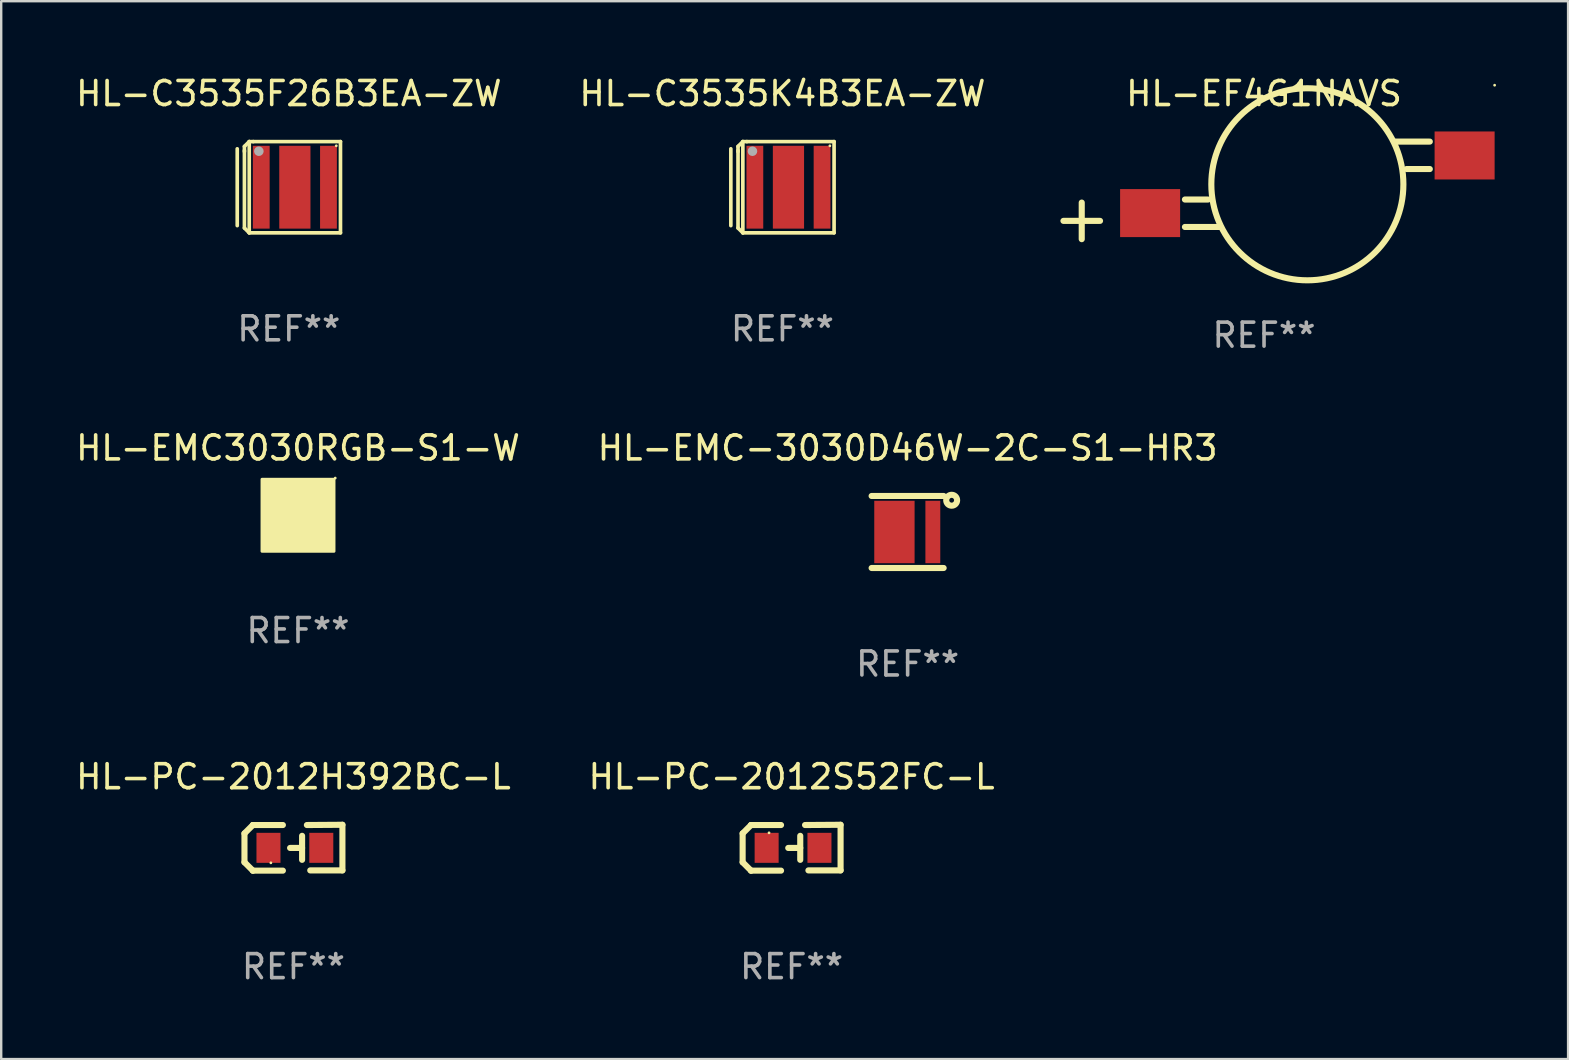
<source format=kicad_pcb>
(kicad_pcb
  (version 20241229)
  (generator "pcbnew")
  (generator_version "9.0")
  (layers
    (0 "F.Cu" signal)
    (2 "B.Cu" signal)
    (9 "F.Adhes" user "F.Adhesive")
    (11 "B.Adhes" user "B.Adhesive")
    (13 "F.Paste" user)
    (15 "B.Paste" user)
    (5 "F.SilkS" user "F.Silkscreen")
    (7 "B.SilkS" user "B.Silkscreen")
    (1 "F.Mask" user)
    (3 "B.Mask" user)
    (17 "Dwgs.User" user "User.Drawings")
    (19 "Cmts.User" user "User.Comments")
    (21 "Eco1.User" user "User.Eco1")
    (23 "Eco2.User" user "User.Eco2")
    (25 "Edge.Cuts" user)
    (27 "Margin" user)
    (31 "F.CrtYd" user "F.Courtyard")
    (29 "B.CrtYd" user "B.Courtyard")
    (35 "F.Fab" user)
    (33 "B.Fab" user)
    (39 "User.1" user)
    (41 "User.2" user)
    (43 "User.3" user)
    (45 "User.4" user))
  (footprint "HL-EMC3030RGB-S1-W"
    (layer "F.Cu")
    (at 9.363 18.413)
    (property "Reference" "HL-EMC3030RGB-S1-W" (at 0 -2.804 0) (layer "F.SilkS") (effects (font (size 1 1) (thickness 0.15))))
    (attr through_hole)
    (fp_arc (start -1.278181 -1.123496) (mid -1.190682 -1.302076) (end -1.015951 -1.397028) (stroke (width 0.1) (type solid)) (layer "F.SilkS"))
    (fp_circle (center 1.27 -1.397) (end 1.32 -1.397) (stroke (width 0.1) (type solid)) (fill no) (layer "F.SilkS"))
    (fp_circle (center 1.55 -1.55) (end 1.58 -1.55) (stroke (width 0.06) (type solid)) (fill no) (layer "F.SilkS"))
    (fp_poly (pts (xy -1.5 -1.5) (xy 1.5 -1.5) (xy 1.5 1.5) (xy -1.5 1.5)) (stroke (width 0.12) (type solid)) (fill yes) (layer "F.SilkS"))
    (fp_text user "REF**" (at 0 4.804 0) (layer "F.Fab") (effects (font (size 1 1) (thickness 0.15))))
    (pad "1" smd rect (at 1.077 -0.804) (size 0.5 0.5) (layers "F.Cu" "F.Mask" "F.Paste"))
    (pad "2" smd rect (at -1.077 -0.804) (size 0.5 0.5) (layers "F.Cu" "F.Mask" "F.Paste"))
    (pad "3" smd custom (at 0.425 0.000127) (size 1.85 2.5) (layers "F.Cu" "F.Mask" "F.Paste") (options (anchor circle)) (primitives (gr_poly (pts (xy -0.925 -1.25) (xy -0.925 1.25) (xy 0.075 1.25) (xy 0.075 0.25) (xy 0.925 0.25) (xy 0.925 -0.25) (xy 0.075 -0.25) (xy 0.075 -1.25)) (width 0) (fill yes))))
    (pad "4" smd rect (at -1.077 -0.000127) (size 0.5 0.5) (layers "F.Cu" "F.Mask" "F.Paste"))
    (pad "5" smd rect (at 1.077 0.804) (size 0.5 0.5) (layers "F.Cu" "F.Mask" "F.Paste"))
    (pad "6" smd rect (at -1.077 0.804) (size 0.5 0.5) (layers "F.Cu" "F.Mask" "F.Paste")))
  (footprint "HL-PC-2012S52FC-L"
    (layer "F.Cu")
    (at 29.923 32.26)
    (property "Reference" "HL-PC-2012S52FC-L" (at 0 -2.955 0) (layer "F.SilkS") (effects (font (size 1 1) (thickness 0.15))))
    (attr through_hole)
    (fp_line (start -2.04 -0.595) (end -2.04 0.605) (stroke (width 0.254) (type solid)) (layer "F.SilkS"))
    (fp_line (start -1.69 -0.945) (end -1.69 -0.945) (stroke (width 0.254) (type solid)) (layer "F.SilkS"))
    (fp_line (start -1.69 -0.945) (end -2.04 -0.595) (stroke (width 0.254) (type solid)) (layer "F.SilkS"))
    (fp_line (start -1.69 0.955) (end -2.04 0.605) (stroke (width 0.254) (type solid)) (layer "F.SilkS"))
    (fp_line (start -1.69 0.955) (end -1.69 0.955) (stroke (width 0.254) (type solid)) (layer "F.SilkS"))
    (fp_line (start -0.44 -0.945) (end -1.69 -0.945) (stroke (width 0.254) (type solid)) (layer "F.SilkS"))
    (fp_line (start -0.44 0.955) (end -1.69 0.955) (stroke (width 0.254) (type solid)) (layer "F.SilkS"))
    (fp_line (start 0.36 -0.495) (end 0.36 0.505) (stroke (width 0.254) (type solid)) (layer "F.SilkS"))
    (fp_line (start 0.36 0.01) (end -0.14 0.01) (stroke (width 0.254) (type solid)) (layer "F.SilkS"))
    (fp_line (start 0.56 -0.945) (end 2.04 -0.955) (stroke (width 0.254) (type solid)) (layer "F.SilkS"))
    (fp_line (start 0.7 0.945) (end 2.04 0.945) (stroke (width 0.254) (type solid)) (layer "F.SilkS"))
    (fp_line (start 2.04 -0.955) (end 2.04 0.945) (stroke (width 0.254) (type solid)) (layer "F.SilkS"))
    (fp_circle (center -0.94 -0.62) (end -0.91 -0.62) (stroke (width 0.06) (type solid)) (fill no) (layer "F.SilkS"))
    (fp_text user "REF**" (at 0 4.955 0) (layer "F.Fab") (effects (font (size 1 1) (thickness 0.15))))
    (pad "1" smd rect (at -1.04 0.005 180) (size 1 1.25) (layers "F.Cu" "F.Mask" "F.Paste"))
    (pad "2" smd rect (at 1.16 0.005 180) (size 1 1.25) (layers "F.Cu" "F.Mask" "F.Paste")))
  (footprint "HL-C3535F26B3EA-ZW"
    (layer "F.Cu")
    (at 8.982 4.748)
    (property "Reference" "HL-C3535F26B3EA-ZW" (at 0 -3.9 0) (layer "F.SilkS") (effects (font (size 1 1) (thickness 0.15))))
    (attr through_hole)
    (fp_line (start -2.15 -1.6) (end -2.15 1.6) (stroke (width 0.152) (type solid)) (layer "F.SilkS"))
    (fp_line (start -1.851 -1.699) (end -1.851 -1.483) (stroke (width 0.152) (type solid)) (layer "F.SilkS"))
    (fp_line (start -1.851 -1.532) (end -1.851 1.699) (stroke (width 0.152) (type solid)) (layer "F.SilkS"))
    (fp_line (start -1.851 1.699) (end -1.65 1.9) (stroke (width 0.152) (type solid)) (layer "F.SilkS"))
    (fp_line (start -1.65 -1.9) (end -1.851 -1.699) (stroke (width 0.152) (type solid)) (layer "F.SilkS"))
    (fp_line (start -1.65 -1.9) (end -1.65 1.9) (stroke (width 0.152) (type solid)) (layer "F.SilkS"))
    (fp_line (start -1.65 1.9) (end 2.15 1.9) (stroke (width 0.152) (type solid)) (layer "F.SilkS"))
    (fp_line (start -1.482 -1.9) (end -1.65 -1.9) (stroke (width 0.152) (type solid)) (layer "F.SilkS"))
    (fp_line (start 2.15 -1.9) (end -1.482 -1.9) (stroke (width 0.152) (type solid)) (layer "F.SilkS"))
    (fp_line (start 2.15 1.9) (end 2.15 -1.9) (stroke (width 0.152) (type solid)) (layer "F.SilkS"))
    (fp_circle (center 1.975 -1.725) (end 2.005 -1.725) (stroke (width 0.06) (type solid)) (fill no) (layer "F.SilkS"))
    (fp_circle (center -1.25 -1.5) (end -1.15 -1.5) (stroke (width 0.2) (type solid)) (fill no) (layer "F.Fab"))
    (fp_text user "REF**" (at 0 5.9 0) (layer "F.Fab") (effects (font (size 1 1) (thickness 0.15))))
    (pad "1" smd rect (at 1.65 0) (size 0.7 3.45) (layers "F.Cu" "F.Mask" "F.Paste"))
    (pad "2" smd rect (at -1.15 0) (size 0.7 3.45) (layers "F.Cu" "F.Mask" "F.Paste"))
    (pad "3" smd rect (at 0.25 0) (size 1.3 3.45) (layers "F.Cu" "F.Mask" "F.Paste")))
  (footprint "HL-EMC-3030D46W-2C-S1-HR3"
    (layer "F.Cu")
    (at 34.756 19.109)
    (property "Reference" "HL-EMC-3030D46W-2C-S1-HR3" (at 0 -3.5 0) (layer "F.SilkS") (effects (font (size 1 1) (thickness 0.15))))
    (attr through_hole)
    (fp_line (start -1.5 -1.5) (end 1.5 -1.5) (stroke (width 0.254) (type solid)) (layer "F.SilkS"))
    (fp_line (start -1.5 1.5) (end 1.5 1.5) (stroke (width 0.254) (type solid)) (layer "F.SilkS"))
    (fp_circle (center 1.506 -1.5) (end 1.536 -1.5) (stroke (width 0.06) (type solid)) (fill no) (layer "F.SilkS"))
    (fp_circle (center 1.834 -1.322) (end 1.934 -1.322) (stroke (width 0.254) (type solid)) (fill no) (layer "F.SilkS"))
    (fp_text user "REF**" (at 0 5.5 0) (layer "F.Fab") (effects (font (size 1 1) (thickness 0.15))))
    (pad "1" smd rect (at 1.05 0) (size 0.62 2.6) (layers "F.Cu" "F.Mask" "F.Paste"))
    (pad "2" smd rect (at -0.55 0) (size 1.68 2.6) (layers "F.Cu" "F.Mask" "F.Paste")))
  (footprint "HL-EF4G1NAVS"
    (layer "F.Cu")
    (at 49.601 4.88)
    (property "Reference" "HL-EF4G1NAVS" (at 0 -4.032 0) (layer "F.SilkS") (effects (font (size 1 1) (thickness 0.15))))
    (attr through_hole)
    (fp_line (start -8.355 1.27) (end -6.831 1.27) (stroke (width 0.254) (type solid)) (layer "F.SilkS"))
    (fp_line (start -7.593 0.508) (end -7.593 2.032) (stroke (width 0.254) (type solid)) (layer "F.SilkS"))
    (fp_line (start -3.295 0.381) (end -2.328 0.381) (stroke (width 0.254) (type solid)) (layer "F.SilkS"))
    (fp_line (start -3.295 1.524) (end -1.82 1.524) (stroke (width 0.254) (type solid)) (layer "F.SilkS"))
    (fp_line (start 6.905 -2.032) (end 5.43 -2.032) (stroke (width 0.254) (type solid)) (layer "F.SilkS"))
    (fp_line (start 6.905 -0.889) (end 5.938 -0.889) (stroke (width 0.254) (type solid)) (layer "F.SilkS"))
    (fp_circle (center 1.805 -0.254) (end 5.805 -0.254) (stroke (width 0.254) (type solid)) (fill no) (layer "F.SilkS"))
    (fp_circle (center 9.605 -4.381) (end 9.635 -4.381) (stroke (width 0.06) (type solid)) (fill no) (layer "F.SilkS"))
    (fp_text user "REF**" (at 0 6.032 0) (layer "F.Fab") (effects (font (size 1 1) (thickness 0.15))))
    (pad "1" smd rect (at 8.355 -1.454) (size 2.5 2) (layers "F.Cu" "F.Mask" "F.Paste"))
    (pad "2" smd rect (at -4.745 0.946) (size 2.5 2) (layers "F.Cu" "F.Mask" "F.Paste")))
  (footprint "HL-PC-2012H392BC-L"
    (layer "F.Cu")
    (at 9.173 32.26)
    (property "Reference" "HL-PC-2012H392BC-L" (at 0 -2.955 0) (layer "F.SilkS") (effects (font (size 1 1) (thickness 0.15))))
    (attr through_hole)
    (fp_line (start -2.04 -0.595) (end -2.04 0.605) (stroke (width 0.254) (type solid)) (layer "F.SilkS"))
    (fp_line (start -1.69 -0.945) (end -1.69 -0.945) (stroke (width 0.254) (type solid)) (layer "F.SilkS"))
    (fp_line (start -1.69 -0.945) (end -2.04 -0.595) (stroke (width 0.254) (type solid)) (layer "F.SilkS"))
    (fp_line (start -1.69 0.955) (end -2.04 0.605) (stroke (width 0.254) (type solid)) (layer "F.SilkS"))
    (fp_line (start -1.69 0.955) (end -1.69 0.955) (stroke (width 0.254) (type solid)) (layer "F.SilkS"))
    (fp_line (start -0.44 -0.945) (end -1.69 -0.945) (stroke (width 0.254) (type solid)) (layer "F.SilkS"))
    (fp_line (start -0.44 0.955) (end -1.69 0.955) (stroke (width 0.254) (type solid)) (layer "F.SilkS"))
    (fp_line (start 0.36 -0.495) (end 0.36 0.505) (stroke (width 0.254) (type solid)) (layer "F.SilkS"))
    (fp_line (start 0.36 0.01) (end -0.14 0.01) (stroke (width 0.254) (type solid)) (layer "F.SilkS"))
    (fp_line (start 0.56 -0.945) (end 2.04 -0.955) (stroke (width 0.254) (type solid)) (layer "F.SilkS"))
    (fp_line (start 0.7 0.945) (end 2.04 0.945) (stroke (width 0.254) (type solid)) (layer "F.SilkS"))
    (fp_line (start 2.04 -0.955) (end 2.04 0.945) (stroke (width 0.254) (type solid)) (layer "F.SilkS"))
    (fp_circle (center -0.94 0.63) (end -0.91 0.63) (stroke (width 0.06) (type solid)) (fill no) (layer "F.SilkS"))
    (fp_text user "REF**" (at 0 4.955 0) (layer "F.Fab") (effects (font (size 1 1) (thickness 0.15))))
    (pad "1" smd rect (at -1.04 0.005 180) (size 1 1.25) (layers "F.Cu" "F.Mask" "F.Paste"))
    (pad "2" smd rect (at 1.16 0.005 180) (size 1 1.25) (layers "F.Cu" "F.Mask" "F.Paste")))
  (footprint "HL-C3535K4B3EA-ZW"
    (layer "F.Cu")
    (at 29.542 4.748)
    (property "Reference" "HL-C3535K4B3EA-ZW" (at 0 -3.9 0) (layer "F.SilkS") (effects (font (size 1 1) (thickness 0.15))))
    (attr through_hole)
    (fp_line (start -2.15 -1.6) (end -2.15 1.6) (stroke (width 0.152) (type solid)) (layer "F.SilkS"))
    (fp_line (start -1.851 -1.699) (end -1.851 -1.483) (stroke (width 0.152) (type solid)) (layer "F.SilkS"))
    (fp_line (start -1.851 -1.532) (end -1.851 1.699) (stroke (width 0.152) (type solid)) (layer "F.SilkS"))
    (fp_line (start -1.851 1.699) (end -1.65 1.9) (stroke (width 0.152) (type solid)) (layer "F.SilkS"))
    (fp_line (start -1.65 -1.9) (end -1.851 -1.699) (stroke (width 0.152) (type solid)) (layer "F.SilkS"))
    (fp_line (start -1.65 -1.9) (end -1.65 1.9) (stroke (width 0.152) (type solid)) (layer "F.SilkS"))
    (fp_line (start -1.65 1.9) (end 2.15 1.9) (stroke (width 0.152) (type solid)) (layer "F.SilkS"))
    (fp_line (start -1.482 -1.9) (end -1.65 -1.9) (stroke (width 0.152) (type solid)) (layer "F.SilkS"))
    (fp_line (start 2.15 -1.9) (end -1.482 -1.9) (stroke (width 0.152) (type solid)) (layer "F.SilkS"))
    (fp_line (start 2.15 1.9) (end 2.15 -1.9) (stroke (width 0.152) (type solid)) (layer "F.SilkS"))
    (fp_circle (center 1.975 -1.725) (end 2.005 -1.725) (stroke (width 0.06) (type solid)) (fill no) (layer "F.SilkS"))
    (fp_circle (center -1.25 -1.5) (end -1.15 -1.5) (stroke (width 0.2) (type solid)) (fill no) (layer "F.Fab"))
    (fp_text user "REF**" (at 0 5.9 0) (layer "F.Fab") (effects (font (size 1 1) (thickness 0.15))))
    (pad "1" smd rect (at 1.65 0) (size 0.7 3.45) (layers "F.Cu" "F.Mask" "F.Paste"))
    (pad "2" smd rect (at -1.15 0) (size 0.7 3.45) (layers "F.Cu" "F.Mask" "F.Paste"))
    (pad "3" smd rect (at 0.25 0) (size 1.3 3.45) (layers "F.Cu" "F.Mask" "F.Paste")))
  (gr_rect
    (start -3 -3)
    (end 62.266 41.064)
    (stroke (width 0.1) (type default))
    (fill no)
    (layer "Edge.Cuts")))
</source>
